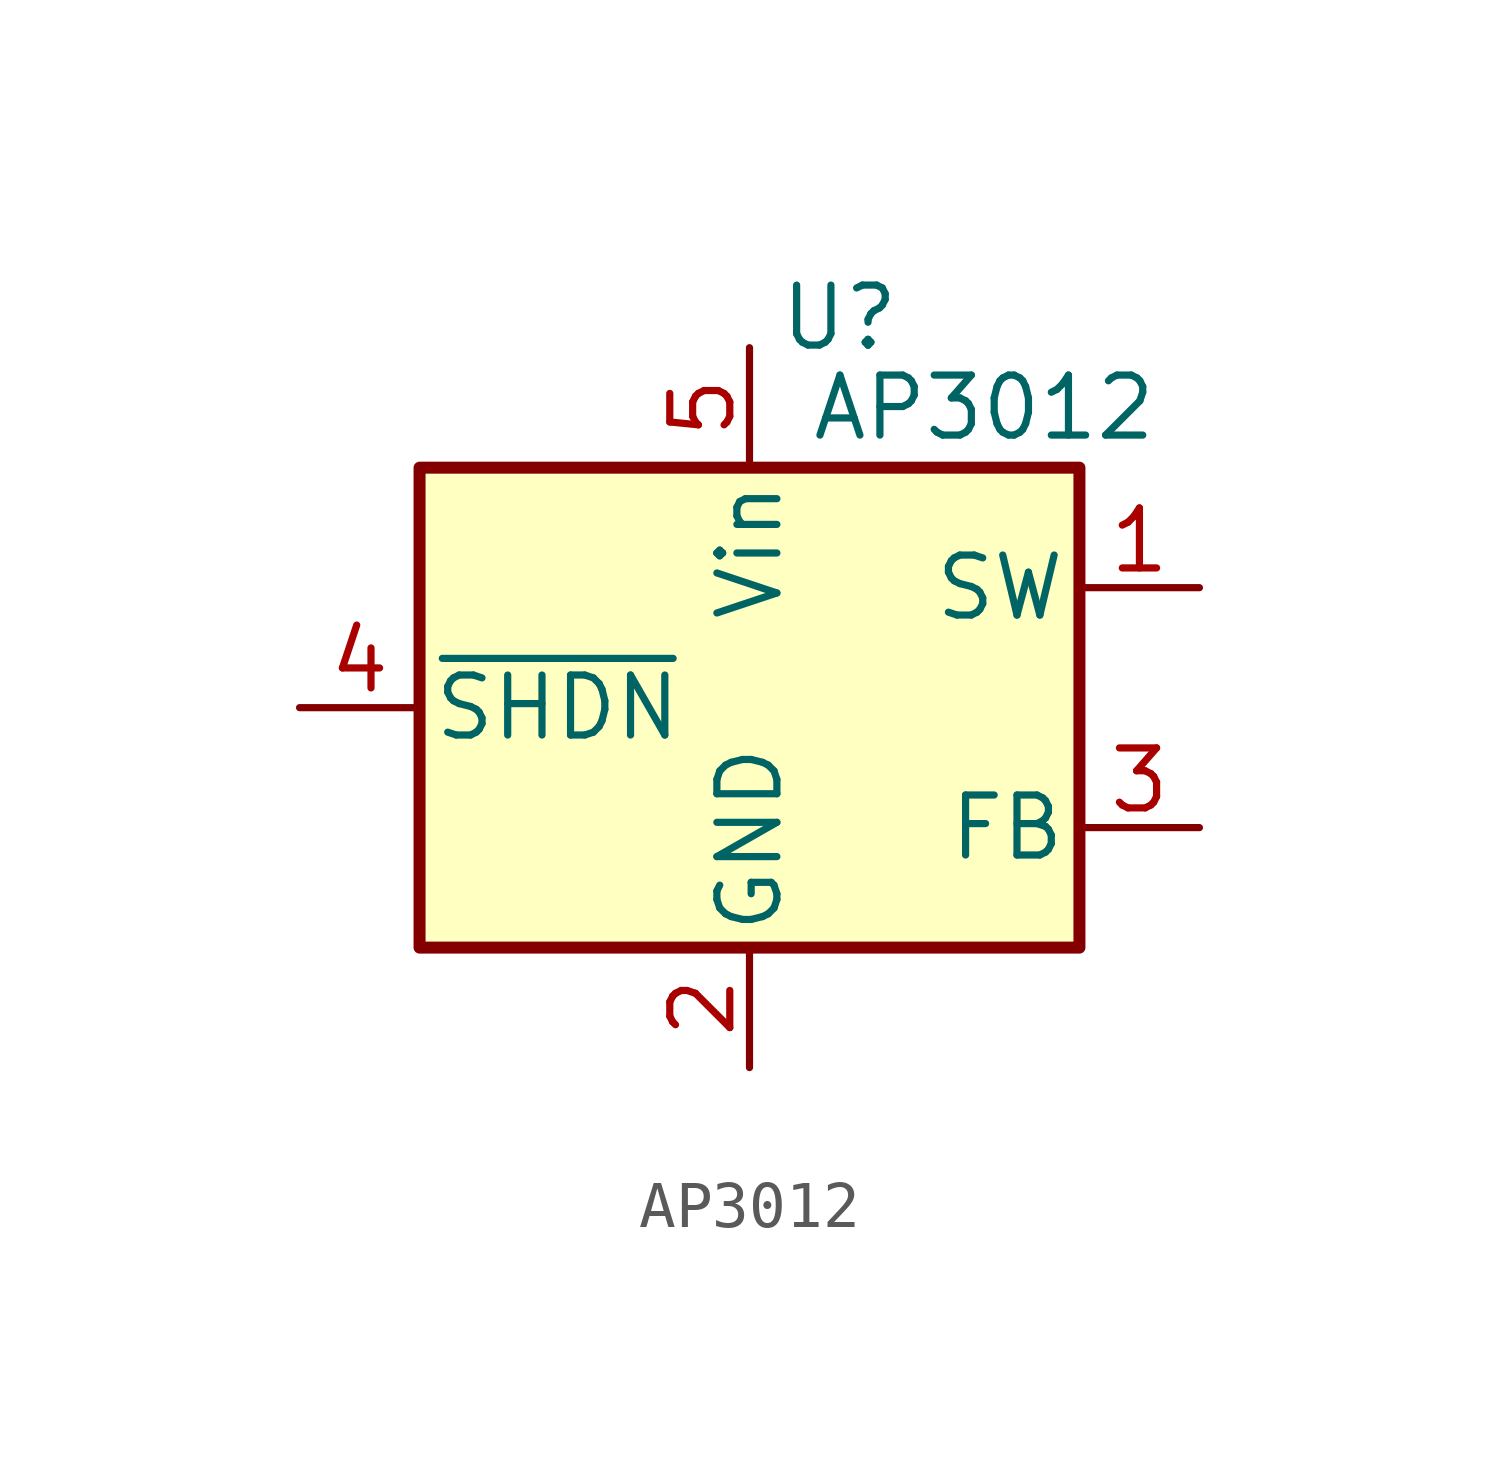
<source format=kicad_sym>
(kicad_symbol_lib
  (version 20211014)
  (generator kicad_symbol_editor)
  (symbol "AP3012"
    (pin_names
      (offset 0.254))
    (property "Reference" "U"
      (at 1.905 8.255 0)
      (effects (font (size 1.27 1.27))))
    (property "Value" "AP3012"
      (at 1.27 6.35 0)
      (effects (font (size 1.27 1.27)) (justify left)))
    (symbol "AP3012_0_1"
      (rectangle (start -6.985 -5.08) (end 6.985 5.08) (stroke (width 0.254) (type default) (color 0 0 0 0)) (fill (type background))))
    (symbol "AP3012_1_1"
      (pin passive line (at 9.525 2.54 180) (length 2.54) (name "SW" (effects (font (size 1.27 1.27)))) (number "1" (effects (font (size 1.27 1.27)))))
      (pin power_in line (at 0 -7.62 90) (length 2.54) (name "GND" (effects (font (size 1.27 1.27)))) (number "2" (effects (font (size 1.27 1.27)))))
      (pin power_out line (at 9.525 -2.54 180) (length 2.54) (name "FB" (effects (font (size 1.27 1.27)))) (number "3" (effects (font (size 1.27 1.27)))))
      (pin passive line (at -9.525 0 0) (length 2.54) (name "~{SHDN}" (effects (font (size 1.27 1.27)))) (number "4" (effects (font (size 1.27 1.27)))))
      (pin power_in line (at 0 7.62 270) (length 2.54) (name "Vin" (effects (font (size 1.27 1.27)))) (number "5" (effects (font (size 1.27 1.27))))))))
</source>
